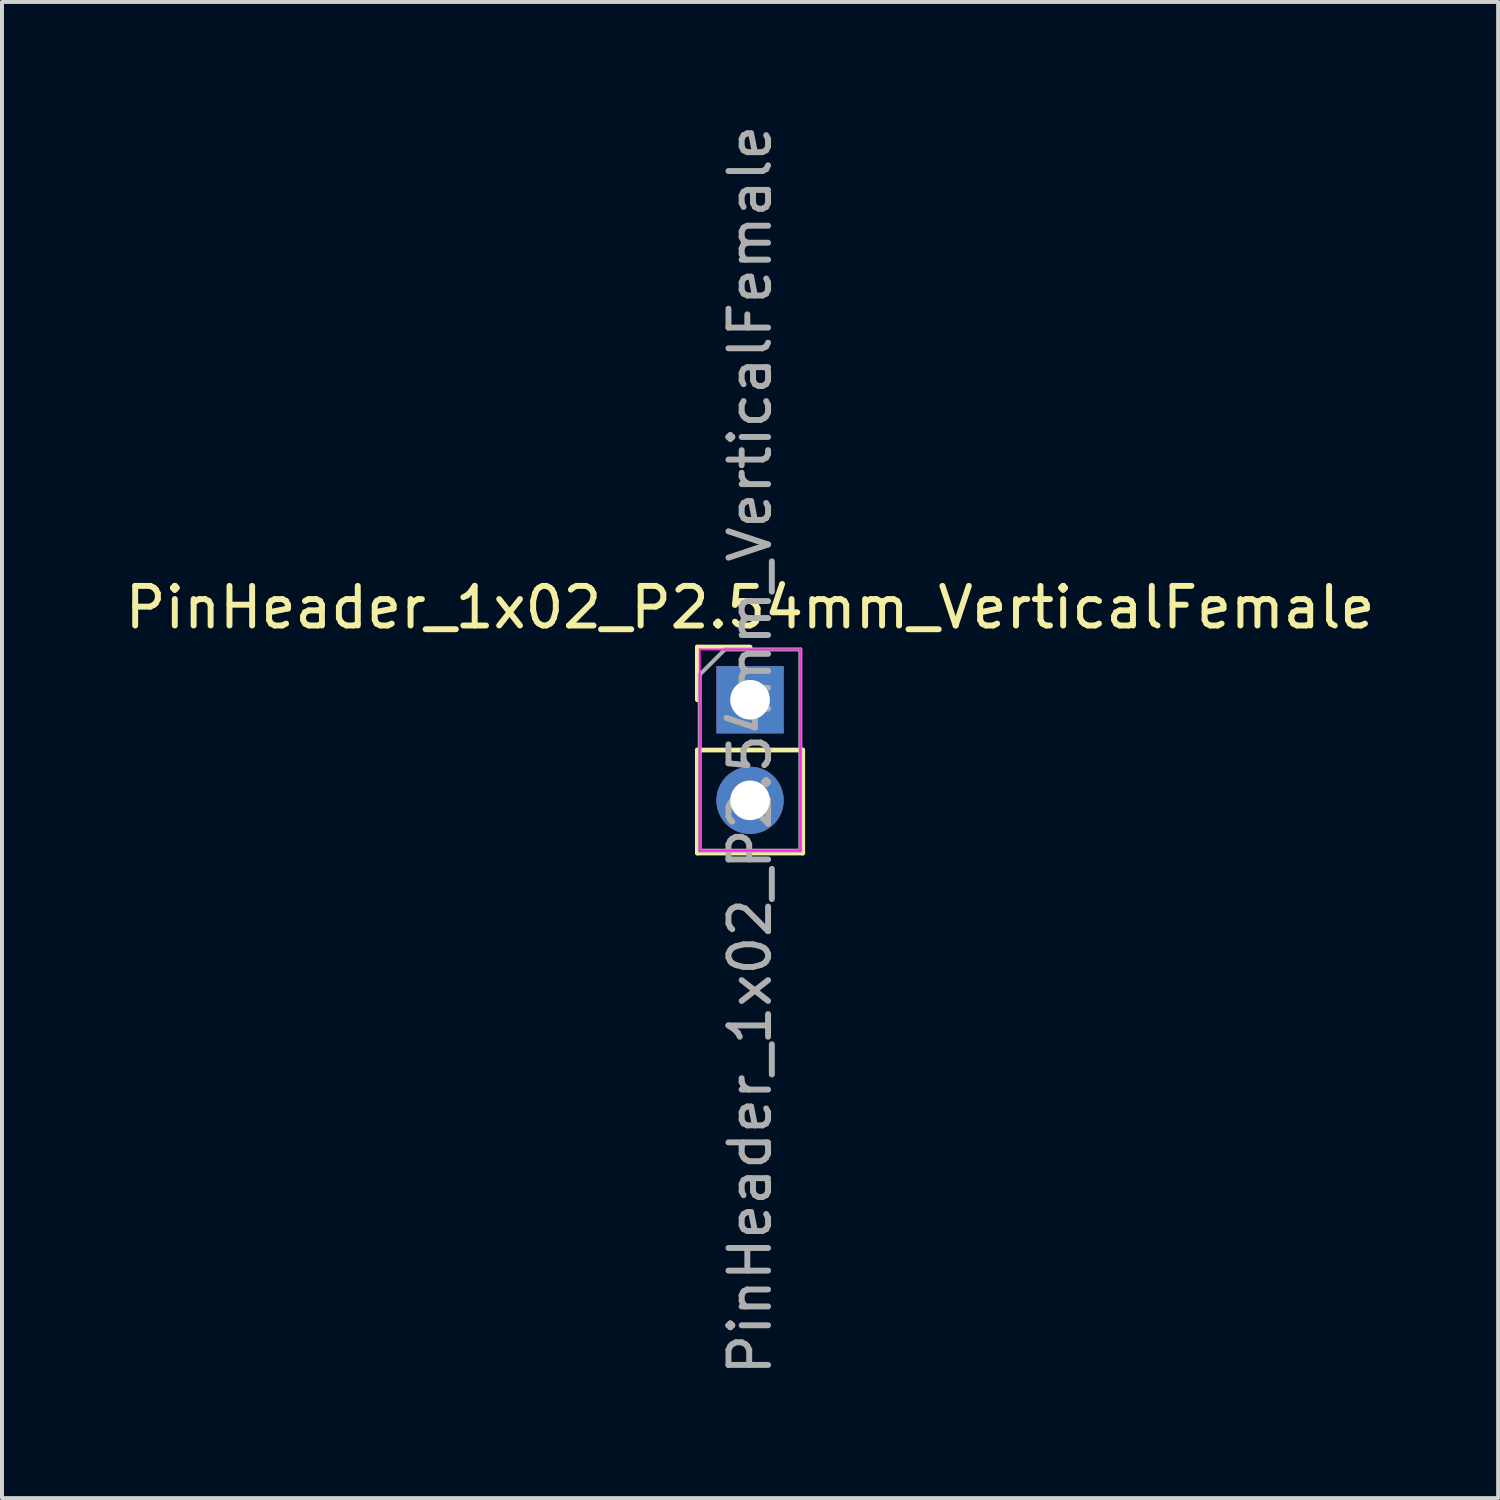
<source format=kicad_pcb>
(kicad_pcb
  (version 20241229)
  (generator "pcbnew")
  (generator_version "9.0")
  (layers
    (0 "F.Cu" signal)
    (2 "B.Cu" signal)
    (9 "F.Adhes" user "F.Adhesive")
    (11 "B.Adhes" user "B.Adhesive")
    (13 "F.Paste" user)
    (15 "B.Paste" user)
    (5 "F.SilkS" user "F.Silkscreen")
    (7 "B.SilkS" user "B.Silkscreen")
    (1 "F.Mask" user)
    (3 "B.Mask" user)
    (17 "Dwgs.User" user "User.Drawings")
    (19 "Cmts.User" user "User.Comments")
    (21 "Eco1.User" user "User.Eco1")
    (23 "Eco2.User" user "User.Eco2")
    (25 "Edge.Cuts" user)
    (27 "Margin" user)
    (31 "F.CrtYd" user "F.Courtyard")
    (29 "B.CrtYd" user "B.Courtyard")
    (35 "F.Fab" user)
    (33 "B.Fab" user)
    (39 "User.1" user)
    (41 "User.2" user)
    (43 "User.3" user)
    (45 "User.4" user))
  (footprint "PinHeader_1x02_P2.54mm_VerticalFemale"
    (layer "F.Cu")
    (at 15.887 14.617)
    (property "Reference" "PinHeader_1x02_P2.54mm_VerticalFemale" (at 0 -2.33 0) (layer "F.SilkS") (effects (font (size 1 1) (thickness 0.15))))
    (attr through_hole)
    (fp_line (start -1.33 -1.33) (end 0 -1.33) (stroke (width 0.12) (type solid)) (layer "F.SilkS"))
    (fp_line (start -1.33 0) (end -1.33 -1.33) (stroke (width 0.12) (type solid)) (layer "F.SilkS"))
    (fp_line (start -1.33 1.27) (end -1.33 3.87) (stroke (width 0.12) (type solid)) (layer "F.SilkS"))
    (fp_line (start -1.33 1.27) (end 1.33 1.27) (stroke (width 0.12) (type solid)) (layer "F.SilkS"))
    (fp_line (start -1.33 3.87) (end 1.33 3.87) (stroke (width 0.12) (type solid)) (layer "F.SilkS"))
    (fp_line (start 1.33 1.27) (end 1.33 3.87) (stroke (width 0.12) (type solid)) (layer "F.SilkS"))
    (fp_line (start -1.27 -1.27) (end -1.27 3.81) (stroke (width 0.05) (type solid)) (layer "F.CrtYd"))
    (fp_line (start -1.27 3.81) (end 1.27 3.81) (stroke (width 0.05) (type solid)) (layer "F.CrtYd"))
    (fp_line (start 1.27 -1.27) (end -1.27 -1.27) (stroke (width 0.05) (type solid)) (layer "F.CrtYd"))
    (fp_line (start 1.27 3.81) (end 1.27 -1.27) (stroke (width 0.05) (type solid)) (layer "F.CrtYd"))
    (fp_line (start -1.27 -0.635) (end -0.635 -1.27) (stroke (width 0.1) (type solid)) (layer "F.Fab"))
    (fp_line (start -1.27 3.81) (end -1.27 -0.635) (stroke (width 0.1) (type solid)) (layer "F.Fab"))
    (fp_line (start -0.635 -1.27) (end 1.27 -1.27) (stroke (width 0.1) (type solid)) (layer "F.Fab"))
    (fp_line (start 1.27 -1.27) (end 1.27 3.81) (stroke (width 0.1) (type solid)) (layer "F.Fab"))
    (fp_line (start 1.27 3.81) (end -1.27 3.81) (stroke (width 0.1) (type solid)) (layer "F.Fab"))
    (fp_text user "${REFERENCE}" (at 0 1.27 90) (layer "F.Fab") (effects (font (size 1 1) (thickness 0.15))))
    (pad "1" thru_hole rect (at 0 0) (size 1.7 1.7) (drill 1) (layers "*.Cu" "*.Mask"))
    (pad "2" thru_hole oval (at 0 2.54) (size 1.7 1.7) (drill 1) (layers "*.Cu" "*.Mask")))
  (gr_rect
    (start -3 -3)
    (end 34.774 34.774)
    (stroke (width 0.1) (type default))
    (fill no)
    (layer "Edge.Cuts")))
</source>
